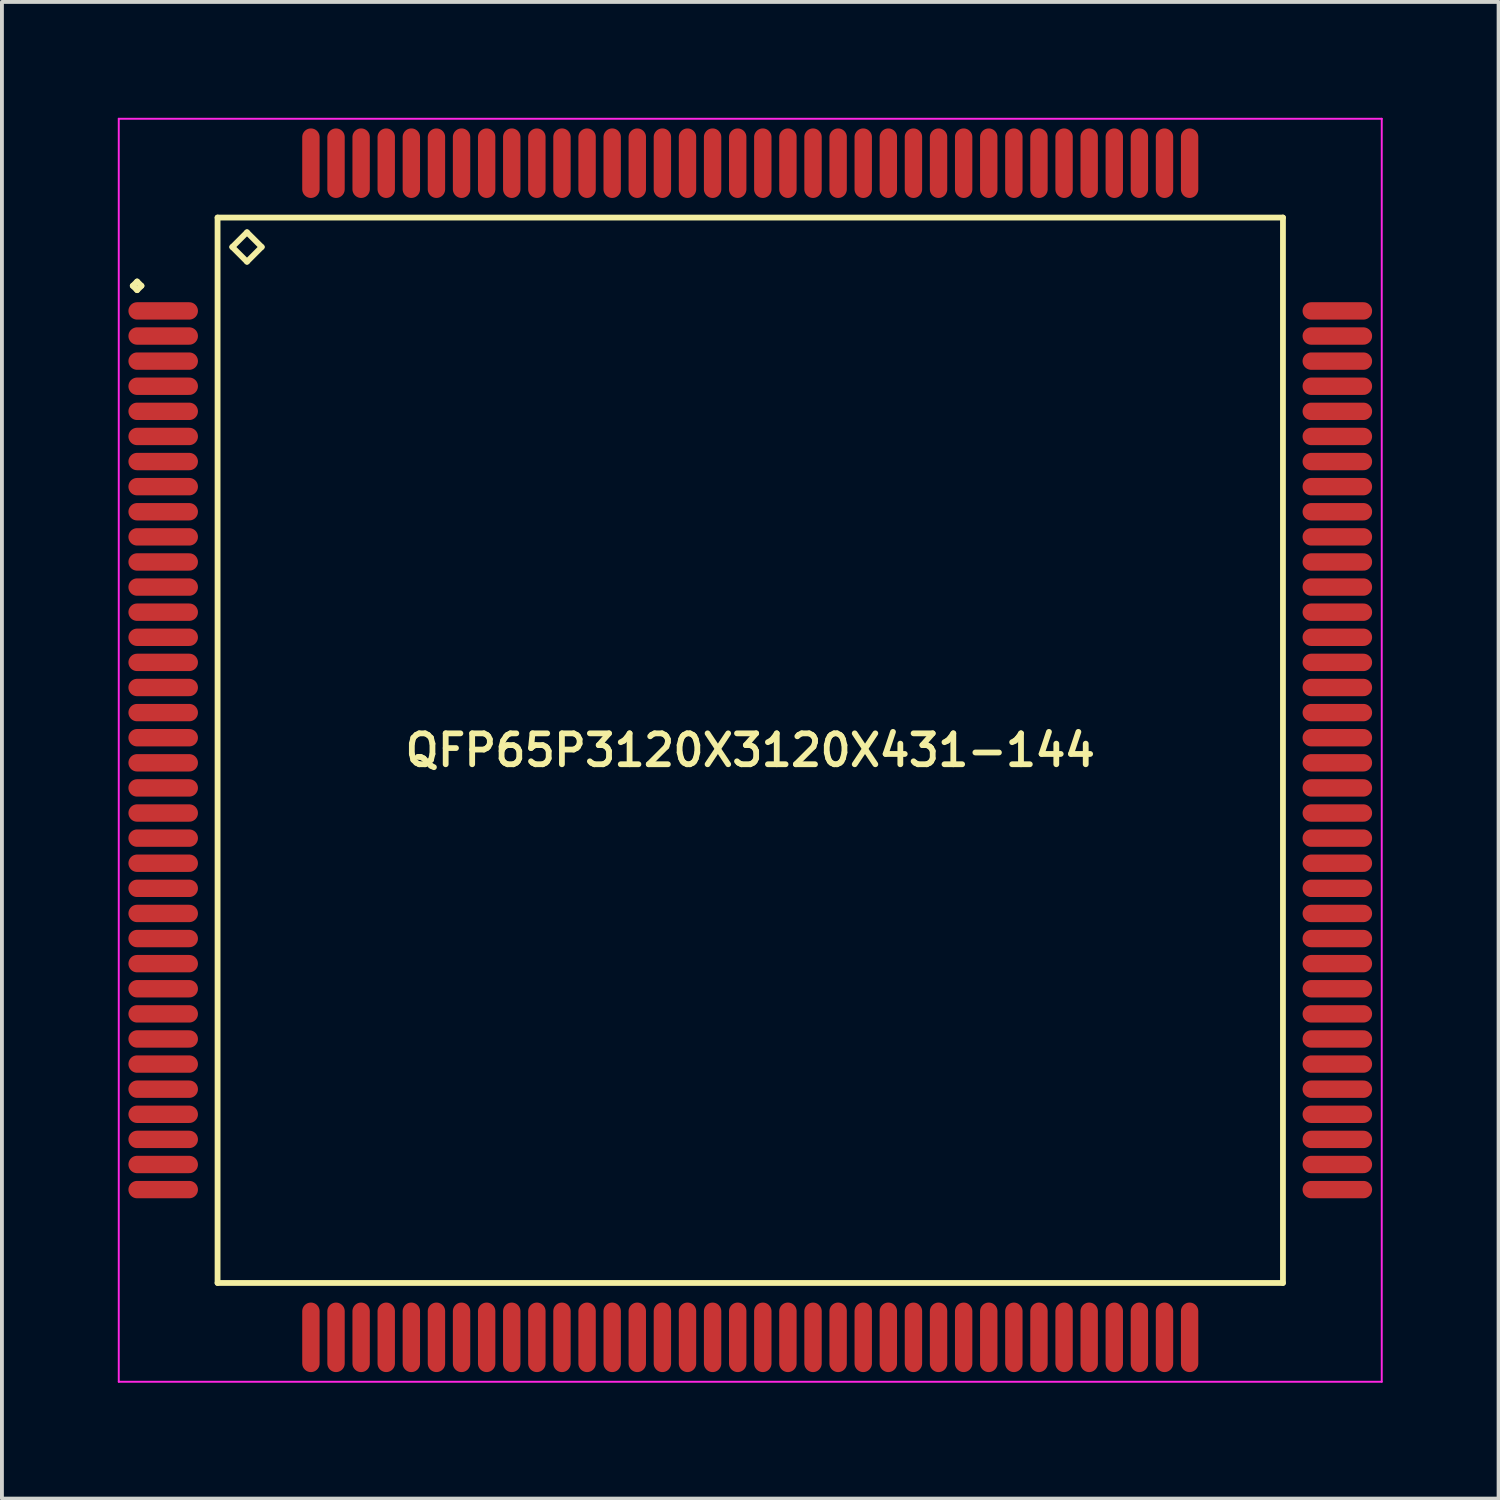
<source format=kicad_pcb>
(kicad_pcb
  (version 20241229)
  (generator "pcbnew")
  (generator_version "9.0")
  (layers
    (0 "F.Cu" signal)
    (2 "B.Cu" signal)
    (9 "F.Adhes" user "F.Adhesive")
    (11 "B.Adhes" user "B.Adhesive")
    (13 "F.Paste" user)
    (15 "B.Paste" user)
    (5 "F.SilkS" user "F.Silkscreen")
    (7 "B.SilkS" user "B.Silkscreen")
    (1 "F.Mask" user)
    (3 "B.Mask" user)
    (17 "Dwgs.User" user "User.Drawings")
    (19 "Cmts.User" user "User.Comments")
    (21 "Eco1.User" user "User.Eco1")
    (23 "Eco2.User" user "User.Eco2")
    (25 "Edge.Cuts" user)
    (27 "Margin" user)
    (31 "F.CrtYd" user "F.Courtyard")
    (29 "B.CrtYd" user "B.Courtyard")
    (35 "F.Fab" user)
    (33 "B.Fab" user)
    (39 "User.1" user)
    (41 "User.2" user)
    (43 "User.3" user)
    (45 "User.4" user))
  (footprint "QFP65P3120X3120X431-144"
    (layer "F.Cu")
    (at 16.375 16.375)
    (property "Reference" "QFP65P3120X3120X431-144" (at 0 0 0) (layer "F.SilkS") (effects (font (size 0.8 0.8) (thickness 0.15))))
    (attr smd)
    (fp_line (start -15.988 -12.025) (end -15.875 -12.137) (stroke (width 0.15) (type solid)) (layer "F.SilkS"))
    (fp_line (start -15.875 -12.137) (end -15.762 -12.025) (stroke (width 0.15) (type solid)) (layer "F.SilkS"))
    (fp_line (start -15.875 -11.912) (end -15.988 -12.025) (stroke (width 0.15) (type solid)) (layer "F.SilkS"))
    (fp_line (start -15.762 -12.025) (end -15.875 -11.912) (stroke (width 0.15) (type solid)) (layer "F.SilkS"))
    (fp_line (start -13.792 -13.792) (end -13.792 13.792) (stroke (width 0.15) (type solid)) (layer "F.SilkS"))
    (fp_line (start -13.792 13.792) (end 13.792 13.792) (stroke (width 0.15) (type solid)) (layer "F.SilkS"))
    (fp_line (start -13.411 -13.03) (end -13.03 -13.411) (stroke (width 0.15) (type solid)) (layer "F.SilkS"))
    (fp_line (start -13.03 -13.411) (end -12.649 -13.03) (stroke (width 0.15) (type solid)) (layer "F.SilkS"))
    (fp_line (start -13.03 -12.649) (end -13.411 -13.03) (stroke (width 0.15) (type solid)) (layer "F.SilkS"))
    (fp_line (start -12.649 -13.03) (end -13.03 -12.649) (stroke (width 0.15) (type solid)) (layer "F.SilkS"))
    (fp_line (start 13.792 -13.792) (end -13.792 -13.792) (stroke (width 0.15) (type solid)) (layer "F.SilkS"))
    (fp_line (start 13.792 13.792) (end 13.792 -13.792) (stroke (width 0.15) (type solid)) (layer "F.SilkS"))
    (fp_line (start -16.35 -16.35) (end 16.35 -16.35) (stroke (width 0.05) (type solid)) (layer "F.CrtYd"))
    (fp_line (start -16.35 16.35) (end -16.35 -16.35) (stroke (width 0.05) (type solid)) (layer "F.CrtYd"))
    (fp_line (start 16.35 -16.35) (end 16.35 16.35) (stroke (width 0.05) (type solid)) (layer "F.CrtYd"))
    (fp_line (start 16.35 16.35) (end -16.35 16.35) (stroke (width 0.05) (type solid)) (layer "F.CrtYd"))
    (pad "1" smd oval (at -15.2 -11.375) (size 1.8 0.45) (layers "F.Cu" "F.Mask" "F.Paste"))
    (pad "2" smd oval (at -15.2 -10.725) (size 1.8 0.45) (layers "F.Cu" "F.Mask" "F.Paste"))
    (pad "3" smd oval (at -15.2 -10.075) (size 1.8 0.45) (layers "F.Cu" "F.Mask" "F.Paste"))
    (pad "4" smd oval (at -15.2 -9.425) (size 1.8 0.45) (layers "F.Cu" "F.Mask" "F.Paste"))
    (pad "5" smd oval (at -15.2 -8.775) (size 1.8 0.45) (layers "F.Cu" "F.Mask" "F.Paste"))
    (pad "6" smd oval (at -15.2 -8.125) (size 1.8 0.45) (layers "F.Cu" "F.Mask" "F.Paste"))
    (pad "7" smd oval (at -15.2 -7.475) (size 1.8 0.45) (layers "F.Cu" "F.Mask" "F.Paste"))
    (pad "8" smd oval (at -15.2 -6.825) (size 1.8 0.45) (layers "F.Cu" "F.Mask" "F.Paste"))
    (pad "9" smd oval (at -15.2 -6.175) (size 1.8 0.45) (layers "F.Cu" "F.Mask" "F.Paste"))
    (pad "10" smd oval (at -15.2 -5.525) (size 1.8 0.45) (layers "F.Cu" "F.Mask" "F.Paste"))
    (pad "11" smd oval (at -15.2 -4.875) (size 1.8 0.45) (layers "F.Cu" "F.Mask" "F.Paste"))
    (pad "12" smd oval (at -15.2 -4.225) (size 1.8 0.45) (layers "F.Cu" "F.Mask" "F.Paste"))
    (pad "13" smd oval (at -15.2 -3.575) (size 1.8 0.45) (layers "F.Cu" "F.Mask" "F.Paste"))
    (pad "14" smd oval (at -15.2 -2.925) (size 1.8 0.45) (layers "F.Cu" "F.Mask" "F.Paste"))
    (pad "15" smd oval (at -15.2 -2.275) (size 1.8 0.45) (layers "F.Cu" "F.Mask" "F.Paste"))
    (pad "16" smd oval (at -15.2 -1.625) (size 1.8 0.45) (layers "F.Cu" "F.Mask" "F.Paste"))
    (pad "17" smd oval (at -15.2 -0.975) (size 1.8 0.45) (layers "F.Cu" "F.Mask" "F.Paste"))
    (pad "18" smd oval (at -15.2 -0.325) (size 1.8 0.45) (layers "F.Cu" "F.Mask" "F.Paste"))
    (pad "19" smd oval (at -15.2 0.325) (size 1.8 0.45) (layers "F.Cu" "F.Mask" "F.Paste"))
    (pad "20" smd oval (at -15.2 0.975) (size 1.8 0.45) (layers "F.Cu" "F.Mask" "F.Paste"))
    (pad "21" smd oval (at -15.2 1.625) (size 1.8 0.45) (layers "F.Cu" "F.Mask" "F.Paste"))
    (pad "22" smd oval (at -15.2 2.275) (size 1.8 0.45) (layers "F.Cu" "F.Mask" "F.Paste"))
    (pad "23" smd oval (at -15.2 2.925) (size 1.8 0.45) (layers "F.Cu" "F.Mask" "F.Paste"))
    (pad "24" smd oval (at -15.2 3.575) (size 1.8 0.45) (layers "F.Cu" "F.Mask" "F.Paste"))
    (pad "25" smd oval (at -15.2 4.225) (size 1.8 0.45) (layers "F.Cu" "F.Mask" "F.Paste"))
    (pad "26" smd oval (at -15.2 4.875) (size 1.8 0.45) (layers "F.Cu" "F.Mask" "F.Paste"))
    (pad "27" smd oval (at -15.2 5.525) (size 1.8 0.45) (layers "F.Cu" "F.Mask" "F.Paste"))
    (pad "28" smd oval (at -15.2 6.175) (size 1.8 0.45) (layers "F.Cu" "F.Mask" "F.Paste"))
    (pad "29" smd oval (at -15.2 6.825) (size 1.8 0.45) (layers "F.Cu" "F.Mask" "F.Paste"))
    (pad "30" smd oval (at -15.2 7.475) (size 1.8 0.45) (layers "F.Cu" "F.Mask" "F.Paste"))
    (pad "31" smd oval (at -15.2 8.125) (size 1.8 0.45) (layers "F.Cu" "F.Mask" "F.Paste"))
    (pad "32" smd oval (at -15.2 8.775) (size 1.8 0.45) (layers "F.Cu" "F.Mask" "F.Paste"))
    (pad "33" smd oval (at -15.2 9.425) (size 1.8 0.45) (layers "F.Cu" "F.Mask" "F.Paste"))
    (pad "34" smd oval (at -15.2 10.075) (size 1.8 0.45) (layers "F.Cu" "F.Mask" "F.Paste"))
    (pad "35" smd oval (at -15.2 10.725) (size 1.8 0.45) (layers "F.Cu" "F.Mask" "F.Paste"))
    (pad "36" smd oval (at -15.2 11.375) (size 1.8 0.45) (layers "F.Cu" "F.Mask" "F.Paste"))
    (pad "37" smd oval (at -11.375 15.2) (size 0.45 1.8) (layers "F.Cu" "F.Mask" "F.Paste"))
    (pad "38" smd oval (at -10.725 15.2) (size 0.45 1.8) (layers "F.Cu" "F.Mask" "F.Paste"))
    (pad "39" smd oval (at -10.075 15.2) (size 0.45 1.8) (layers "F.Cu" "F.Mask" "F.Paste"))
    (pad "40" smd oval (at -9.425 15.2) (size 0.45 1.8) (layers "F.Cu" "F.Mask" "F.Paste"))
    (pad "41" smd oval (at -8.775 15.2) (size 0.45 1.8) (layers "F.Cu" "F.Mask" "F.Paste"))
    (pad "42" smd oval (at -8.125 15.2) (size 0.45 1.8) (layers "F.Cu" "F.Mask" "F.Paste"))
    (pad "43" smd oval (at -7.475 15.2) (size 0.45 1.8) (layers "F.Cu" "F.Mask" "F.Paste"))
    (pad "44" smd oval (at -6.825 15.2) (size 0.45 1.8) (layers "F.Cu" "F.Mask" "F.Paste"))
    (pad "45" smd oval (at -6.175 15.2) (size 0.45 1.8) (layers "F.Cu" "F.Mask" "F.Paste"))
    (pad "46" smd oval (at -5.525 15.2) (size 0.45 1.8) (layers "F.Cu" "F.Mask" "F.Paste"))
    (pad "47" smd oval (at -4.875 15.2) (size 0.45 1.8) (layers "F.Cu" "F.Mask" "F.Paste"))
    (pad "48" smd oval (at -4.225 15.2) (size 0.45 1.8) (layers "F.Cu" "F.Mask" "F.Paste"))
    (pad "49" smd oval (at -3.575 15.2) (size 0.45 1.8) (layers "F.Cu" "F.Mask" "F.Paste"))
    (pad "50" smd oval (at -2.925 15.2) (size 0.45 1.8) (layers "F.Cu" "F.Mask" "F.Paste"))
    (pad "51" smd oval (at -2.275 15.2) (size 0.45 1.8) (layers "F.Cu" "F.Mask" "F.Paste"))
    (pad "52" smd oval (at -1.625 15.2) (size 0.45 1.8) (layers "F.Cu" "F.Mask" "F.Paste"))
    (pad "53" smd oval (at -0.975 15.2) (size 0.45 1.8) (layers "F.Cu" "F.Mask" "F.Paste"))
    (pad "54" smd oval (at -0.325 15.2) (size 0.45 1.8) (layers "F.Cu" "F.Mask" "F.Paste"))
    (pad "55" smd oval (at 0.325 15.2) (size 0.45 1.8) (layers "F.Cu" "F.Mask" "F.Paste"))
    (pad "56" smd oval (at 0.975 15.2) (size 0.45 1.8) (layers "F.Cu" "F.Mask" "F.Paste"))
    (pad "57" smd oval (at 1.625 15.2) (size 0.45 1.8) (layers "F.Cu" "F.Mask" "F.Paste"))
    (pad "58" smd oval (at 2.275 15.2) (size 0.45 1.8) (layers "F.Cu" "F.Mask" "F.Paste"))
    (pad "59" smd oval (at 2.925 15.2) (size 0.45 1.8) (layers "F.Cu" "F.Mask" "F.Paste"))
    (pad "60" smd oval (at 3.575 15.2) (size 0.45 1.8) (layers "F.Cu" "F.Mask" "F.Paste"))
    (pad "61" smd oval (at 4.225 15.2) (size 0.45 1.8) (layers "F.Cu" "F.Mask" "F.Paste"))
    (pad "62" smd oval (at 4.875 15.2) (size 0.45 1.8) (layers "F.Cu" "F.Mask" "F.Paste"))
    (pad "63" smd oval (at 5.525 15.2) (size 0.45 1.8) (layers "F.Cu" "F.Mask" "F.Paste"))
    (pad "64" smd oval (at 6.175 15.2) (size 0.45 1.8) (layers "F.Cu" "F.Mask" "F.Paste"))
    (pad "65" smd oval (at 6.825 15.2) (size 0.45 1.8) (layers "F.Cu" "F.Mask" "F.Paste"))
    (pad "66" smd oval (at 7.475 15.2) (size 0.45 1.8) (layers "F.Cu" "F.Mask" "F.Paste"))
    (pad "67" smd oval (at 8.125 15.2) (size 0.45 1.8) (layers "F.Cu" "F.Mask" "F.Paste"))
    (pad "68" smd oval (at 8.775 15.2) (size 0.45 1.8) (layers "F.Cu" "F.Mask" "F.Paste"))
    (pad "69" smd oval (at 9.425 15.2) (size 0.45 1.8) (layers "F.Cu" "F.Mask" "F.Paste"))
    (pad "70" smd oval (at 10.075 15.2) (size 0.45 1.8) (layers "F.Cu" "F.Mask" "F.Paste"))
    (pad "71" smd oval (at 10.725 15.2) (size 0.45 1.8) (layers "F.Cu" "F.Mask" "F.Paste"))
    (pad "72" smd oval (at 11.375 15.2) (size 0.45 1.8) (layers "F.Cu" "F.Mask" "F.Paste"))
    (pad "73" smd oval (at 15.2 11.375) (size 1.8 0.45) (layers "F.Cu" "F.Mask" "F.Paste"))
    (pad "74" smd oval (at 15.2 10.725) (size 1.8 0.45) (layers "F.Cu" "F.Mask" "F.Paste"))
    (pad "75" smd oval (at 15.2 10.075) (size 1.8 0.45) (layers "F.Cu" "F.Mask" "F.Paste"))
    (pad "76" smd oval (at 15.2 9.425) (size 1.8 0.45) (layers "F.Cu" "F.Mask" "F.Paste"))
    (pad "77" smd oval (at 15.2 8.775) (size 1.8 0.45) (layers "F.Cu" "F.Mask" "F.Paste"))
    (pad "78" smd oval (at 15.2 8.125) (size 1.8 0.45) (layers "F.Cu" "F.Mask" "F.Paste"))
    (pad "79" smd oval (at 15.2 7.475) (size 1.8 0.45) (layers "F.Cu" "F.Mask" "F.Paste"))
    (pad "80" smd oval (at 15.2 6.825) (size 1.8 0.45) (layers "F.Cu" "F.Mask" "F.Paste"))
    (pad "81" smd oval (at 15.2 6.175) (size 1.8 0.45) (layers "F.Cu" "F.Mask" "F.Paste"))
    (pad "82" smd oval (at 15.2 5.525) (size 1.8 0.45) (layers "F.Cu" "F.Mask" "F.Paste"))
    (pad "83" smd oval (at 15.2 4.875) (size 1.8 0.45) (layers "F.Cu" "F.Mask" "F.Paste"))
    (pad "84" smd oval (at 15.2 4.225) (size 1.8 0.45) (layers "F.Cu" "F.Mask" "F.Paste"))
    (pad "85" smd oval (at 15.2 3.575) (size 1.8 0.45) (layers "F.Cu" "F.Mask" "F.Paste"))
    (pad "86" smd oval (at 15.2 2.925) (size 1.8 0.45) (layers "F.Cu" "F.Mask" "F.Paste"))
    (pad "87" smd oval (at 15.2 2.275) (size 1.8 0.45) (layers "F.Cu" "F.Mask" "F.Paste"))
    (pad "88" smd oval (at 15.2 1.625) (size 1.8 0.45) (layers "F.Cu" "F.Mask" "F.Paste"))
    (pad "89" smd oval (at 15.2 0.975) (size 1.8 0.45) (layers "F.Cu" "F.Mask" "F.Paste"))
    (pad "90" smd oval (at 15.2 0.325) (size 1.8 0.45) (layers "F.Cu" "F.Mask" "F.Paste"))
    (pad "91" smd oval (at 15.2 -0.325) (size 1.8 0.45) (layers "F.Cu" "F.Mask" "F.Paste"))
    (pad "92" smd oval (at 15.2 -0.975) (size 1.8 0.45) (layers "F.Cu" "F.Mask" "F.Paste"))
    (pad "93" smd oval (at 15.2 -1.625) (size 1.8 0.45) (layers "F.Cu" "F.Mask" "F.Paste"))
    (pad "94" smd oval (at 15.2 -2.275) (size 1.8 0.45) (layers "F.Cu" "F.Mask" "F.Paste"))
    (pad "95" smd oval (at 15.2 -2.925) (size 1.8 0.45) (layers "F.Cu" "F.Mask" "F.Paste"))
    (pad "96" smd oval (at 15.2 -3.575) (size 1.8 0.45) (layers "F.Cu" "F.Mask" "F.Paste"))
    (pad "97" smd oval (at 15.2 -4.225) (size 1.8 0.45) (layers "F.Cu" "F.Mask" "F.Paste"))
    (pad "98" smd oval (at 15.2 -4.875) (size 1.8 0.45) (layers "F.Cu" "F.Mask" "F.Paste"))
    (pad "99" smd oval (at 15.2 -5.525) (size 1.8 0.45) (layers "F.Cu" "F.Mask" "F.Paste"))
    (pad "100" smd oval (at 15.2 -6.175) (size 1.8 0.45) (layers "F.Cu" "F.Mask" "F.Paste"))
    (pad "101" smd oval (at 15.2 -6.825) (size 1.8 0.45) (layers "F.Cu" "F.Mask" "F.Paste"))
    (pad "102" smd oval (at 15.2 -7.475) (size 1.8 0.45) (layers "F.Cu" "F.Mask" "F.Paste"))
    (pad "103" smd oval (at 15.2 -8.125) (size 1.8 0.45) (layers "F.Cu" "F.Mask" "F.Paste"))
    (pad "104" smd oval (at 15.2 -8.775) (size 1.8 0.45) (layers "F.Cu" "F.Mask" "F.Paste"))
    (pad "105" smd oval (at 15.2 -9.425) (size 1.8 0.45) (layers "F.Cu" "F.Mask" "F.Paste"))
    (pad "106" smd oval (at 15.2 -10.075) (size 1.8 0.45) (layers "F.Cu" "F.Mask" "F.Paste"))
    (pad "107" smd oval (at 15.2 -10.725) (size 1.8 0.45) (layers "F.Cu" "F.Mask" "F.Paste"))
    (pad "108" smd oval (at 15.2 -11.375) (size 1.8 0.45) (layers "F.Cu" "F.Mask" "F.Paste"))
    (pad "109" smd oval (at 11.375 -15.2) (size 0.45 1.8) (layers "F.Cu" "F.Mask" "F.Paste"))
    (pad "110" smd oval (at 10.725 -15.2) (size 0.45 1.8) (layers "F.Cu" "F.Mask" "F.Paste"))
    (pad "111" smd oval (at 10.075 -15.2) (size 0.45 1.8) (layers "F.Cu" "F.Mask" "F.Paste"))
    (pad "112" smd oval (at 9.425 -15.2) (size 0.45 1.8) (layers "F.Cu" "F.Mask" "F.Paste"))
    (pad "113" smd oval (at 8.775 -15.2) (size 0.45 1.8) (layers "F.Cu" "F.Mask" "F.Paste"))
    (pad "114" smd oval (at 8.125 -15.2) (size 0.45 1.8) (layers "F.Cu" "F.Mask" "F.Paste"))
    (pad "115" smd oval (at 7.475 -15.2) (size 0.45 1.8) (layers "F.Cu" "F.Mask" "F.Paste"))
    (pad "116" smd oval (at 6.825 -15.2) (size 0.45 1.8) (layers "F.Cu" "F.Mask" "F.Paste"))
    (pad "117" smd oval (at 6.175 -15.2) (size 0.45 1.8) (layers "F.Cu" "F.Mask" "F.Paste"))
    (pad "118" smd oval (at 5.525 -15.2) (size 0.45 1.8) (layers "F.Cu" "F.Mask" "F.Paste"))
    (pad "119" smd oval (at 4.875 -15.2) (size 0.45 1.8) (layers "F.Cu" "F.Mask" "F.Paste"))
    (pad "120" smd oval (at 4.225 -15.2) (size 0.45 1.8) (layers "F.Cu" "F.Mask" "F.Paste"))
    (pad "121" smd oval (at 3.575 -15.2) (size 0.45 1.8) (layers "F.Cu" "F.Mask" "F.Paste"))
    (pad "122" smd oval (at 2.925 -15.2) (size 0.45 1.8) (layers "F.Cu" "F.Mask" "F.Paste"))
    (pad "123" smd oval (at 2.275 -15.2) (size 0.45 1.8) (layers "F.Cu" "F.Mask" "F.Paste"))
    (pad "124" smd oval (at 1.625 -15.2) (size 0.45 1.8) (layers "F.Cu" "F.Mask" "F.Paste"))
    (pad "125" smd oval (at 0.975 -15.2) (size 0.45 1.8) (layers "F.Cu" "F.Mask" "F.Paste"))
    (pad "126" smd oval (at 0.325 -15.2) (size 0.45 1.8) (layers "F.Cu" "F.Mask" "F.Paste"))
    (pad "127" smd oval (at -0.325 -15.2) (size 0.45 1.8) (layers "F.Cu" "F.Mask" "F.Paste"))
    (pad "128" smd oval (at -0.975 -15.2) (size 0.45 1.8) (layers "F.Cu" "F.Mask" "F.Paste"))
    (pad "129" smd oval (at -1.625 -15.2) (size 0.45 1.8) (layers "F.Cu" "F.Mask" "F.Paste"))
    (pad "130" smd oval (at -2.275 -15.2) (size 0.45 1.8) (layers "F.Cu" "F.Mask" "F.Paste"))
    (pad "131" smd oval (at -2.925 -15.2) (size 0.45 1.8) (layers "F.Cu" "F.Mask" "F.Paste"))
    (pad "132" smd oval (at -3.575 -15.2) (size 0.45 1.8) (layers "F.Cu" "F.Mask" "F.Paste"))
    (pad "133" smd oval (at -4.225 -15.2) (size 0.45 1.8) (layers "F.Cu" "F.Mask" "F.Paste"))
    (pad "134" smd oval (at -4.875 -15.2) (size 0.45 1.8) (layers "F.Cu" "F.Mask" "F.Paste"))
    (pad "135" smd oval (at -5.525 -15.2) (size 0.45 1.8) (layers "F.Cu" "F.Mask" "F.Paste"))
    (pad "136" smd oval (at -6.175 -15.2) (size 0.45 1.8) (layers "F.Cu" "F.Mask" "F.Paste"))
    (pad "137" smd oval (at -6.825 -15.2) (size 0.45 1.8) (layers "F.Cu" "F.Mask" "F.Paste"))
    (pad "138" smd oval (at -7.475 -15.2) (size 0.45 1.8) (layers "F.Cu" "F.Mask" "F.Paste"))
    (pad "139" smd oval (at -8.125 -15.2) (size 0.45 1.8) (layers "F.Cu" "F.Mask" "F.Paste"))
    (pad "140" smd oval (at -8.775 -15.2) (size 0.45 1.8) (layers "F.Cu" "F.Mask" "F.Paste"))
    (pad "141" smd oval (at -9.425 -15.2) (size 0.45 1.8) (layers "F.Cu" "F.Mask" "F.Paste"))
    (pad "142" smd oval (at -10.075 -15.2) (size 0.45 1.8) (layers "F.Cu" "F.Mask" "F.Paste"))
    (pad "143" smd oval (at -10.725 -15.2) (size 0.45 1.8) (layers "F.Cu" "F.Mask" "F.Paste"))
    (pad "144" smd oval (at -11.375 -15.2) (size 0.45 1.8) (layers "F.Cu" "F.Mask" "F.Paste")))
  (gr_rect
    (start -3 -3)
    (end 35.75 35.75)
    (stroke (width 0.1) (type default))
    (fill no)
    (layer "Edge.Cuts")))
</source>
